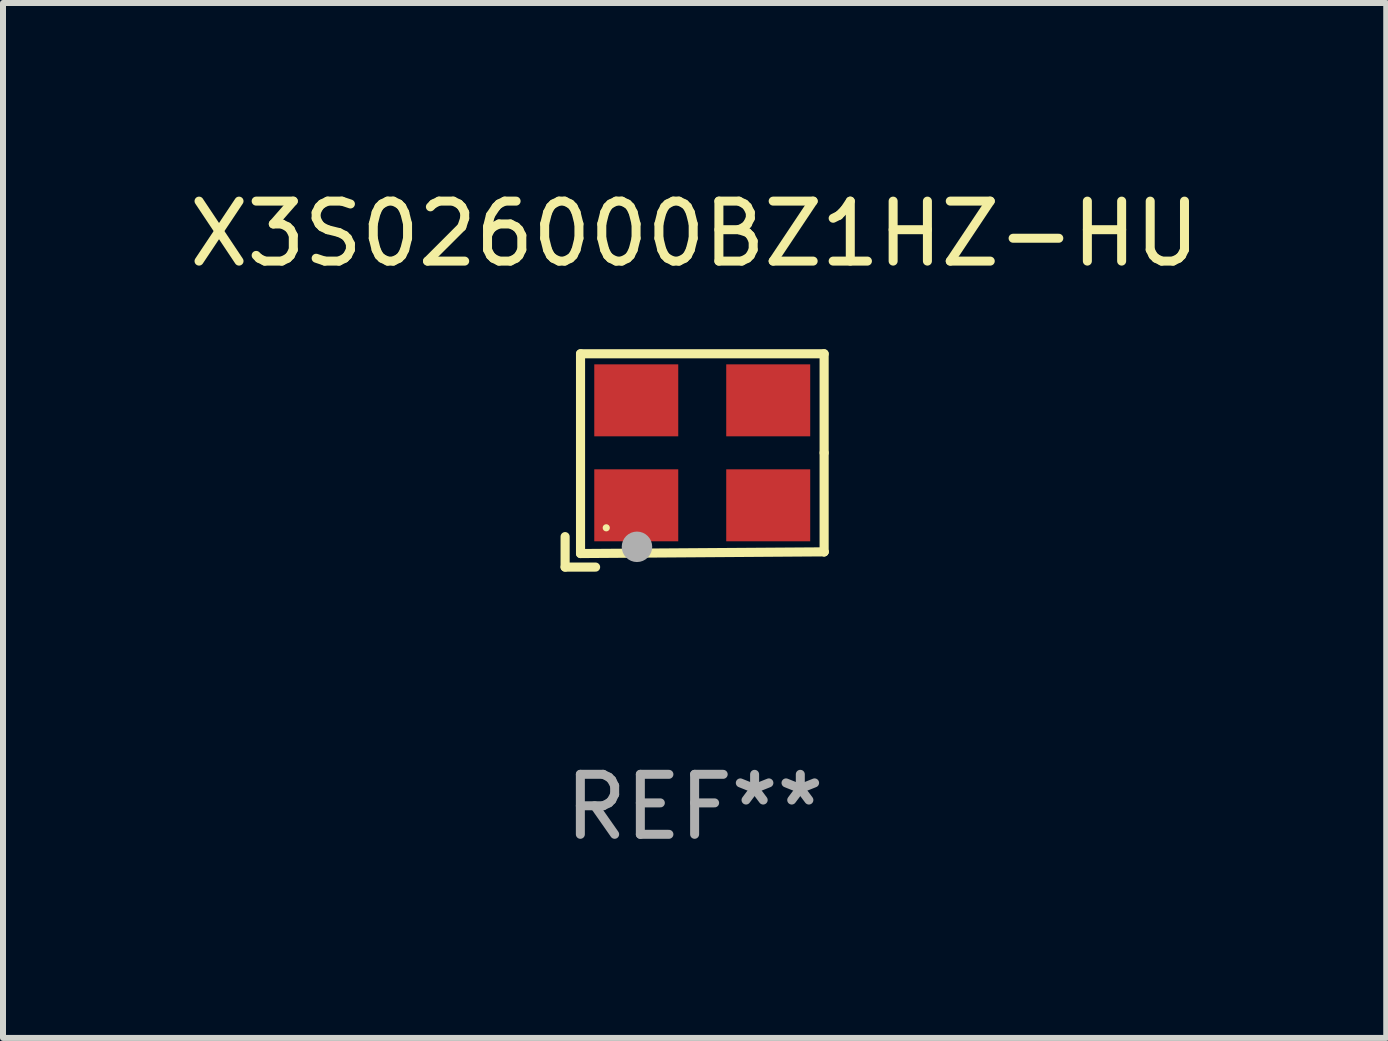
<source format=kicad_pcb>
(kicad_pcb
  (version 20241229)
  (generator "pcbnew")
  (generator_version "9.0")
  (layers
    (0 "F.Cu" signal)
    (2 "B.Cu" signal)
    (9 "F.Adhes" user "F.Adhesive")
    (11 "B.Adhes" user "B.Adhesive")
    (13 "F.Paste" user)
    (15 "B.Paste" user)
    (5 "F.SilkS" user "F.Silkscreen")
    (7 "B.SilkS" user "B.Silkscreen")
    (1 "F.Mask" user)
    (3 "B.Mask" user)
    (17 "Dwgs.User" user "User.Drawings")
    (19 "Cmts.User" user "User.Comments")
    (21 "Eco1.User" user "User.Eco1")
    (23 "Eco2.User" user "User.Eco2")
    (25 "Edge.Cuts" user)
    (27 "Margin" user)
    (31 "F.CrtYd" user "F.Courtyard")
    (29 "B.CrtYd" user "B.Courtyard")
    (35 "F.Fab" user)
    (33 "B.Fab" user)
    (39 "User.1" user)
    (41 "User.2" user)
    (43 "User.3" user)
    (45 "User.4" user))
  (footprint "X3S026000BZ1HZ-HU"
    (layer "F.Cu")
    (at 8.53 4.626)
    (property "Reference" "X3S026000BZ1HZ-HU" (at 0 -3.778 0) (layer "F.SilkS") (effects (font (size 1 1) (thickness 0.15))))
    (attr through_hole)
    (fp_line (start -2.159 1.27) (end -2.159 1.778) (stroke (width 0.152) (type solid)) (layer "F.SilkS"))
    (fp_line (start -2.159 1.778) (end -1.651 1.778) (stroke (width 0.152) (type solid)) (layer "F.SilkS"))
    (fp_line (start -1.902 -1.778) (end 2.159 -1.778) (stroke (width 0.152) (type solid)) (layer "F.SilkS"))
    (fp_line (start -1.902 1.552) (end -1.902 -1.778) (stroke (width 0.152) (type solid)) (layer "F.SilkS"))
    (fp_line (start 2.159 -1.778) (end 2.159 -0.127) (stroke (width 0.152) (type solid)) (layer "F.SilkS"))
    (fp_line (start 2.159 -0.127) (end 2.159 1.524) (stroke (width 0.152) (type solid)) (layer "F.SilkS"))
    (fp_line (start 2.159 1.524) (end -1.902 1.552) (stroke (width 0.152) (type solid)) (layer "F.SilkS"))
    (fp_line (start 2.159 1.524) (end 2.159 1.524) (stroke (width 0.152) (type solid)) (layer "F.SilkS"))
    (fp_circle (center -1.473 1.123) (end -1.443 1.123) (stroke (width 0.06) (type solid)) (fill no) (layer "F.SilkS"))
    (fp_circle (center -0.961 1.44) (end -0.834 1.44) (stroke (width 0.254) (type solid)) (fill no) (layer "F.Fab"))
    (fp_text user "REF**" (at 0 5.778 0) (layer "F.Fab") (effects (font (size 1 1) (thickness 0.15))))
    (pad "1" smd rect (at -0.973 0.748) (size 1.4 1.2) (layers "F.Cu" "F.Mask" "F.Paste"))
    (pad "2" smd rect (at 1.227 0.748) (size 1.4 1.2) (layers "F.Cu" "F.Mask" "F.Paste"))
    (pad "3" smd rect (at 1.227 -1.002) (size 1.4 1.2) (layers "F.Cu" "F.Mask" "F.Paste"))
    (pad "4" smd rect (at -0.973 -1.002) (size 1.4 1.2) (layers "F.Cu" "F.Mask" "F.Paste")))
  (gr_rect
    (start -3 -3)
    (end 20.06 14.253)
    (stroke (width 0.1) (type default))
    (fill no)
    (layer "Edge.Cuts")))
</source>
